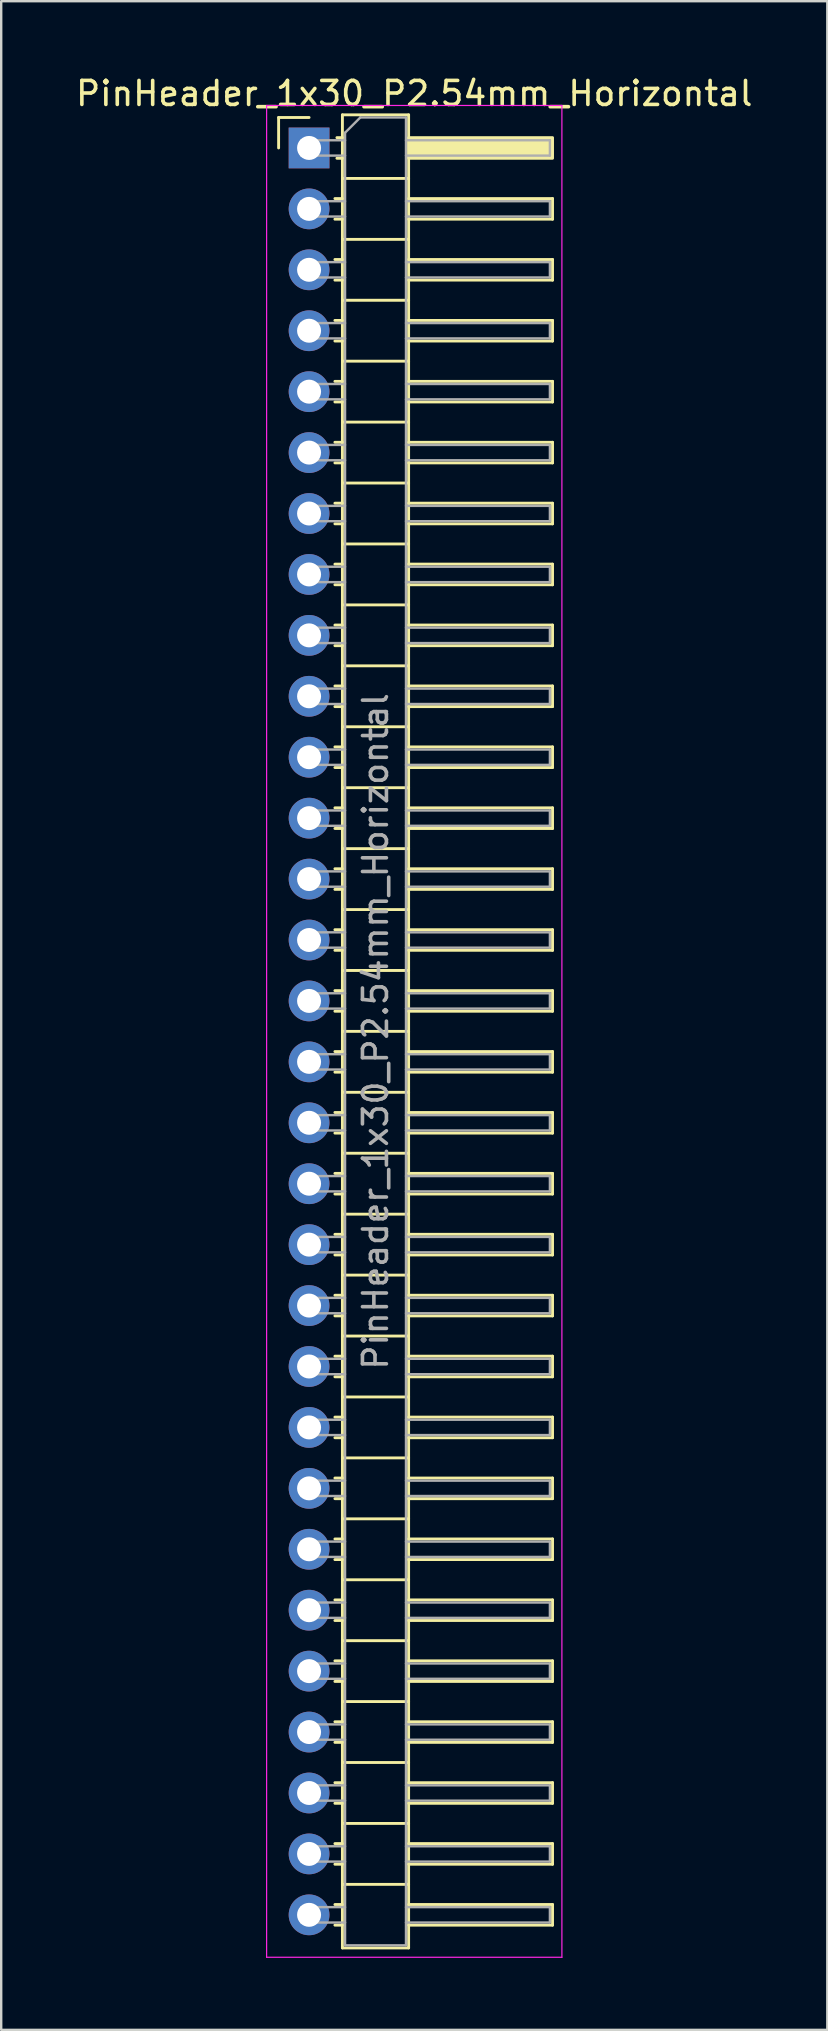
<source format=kicad_pcb>
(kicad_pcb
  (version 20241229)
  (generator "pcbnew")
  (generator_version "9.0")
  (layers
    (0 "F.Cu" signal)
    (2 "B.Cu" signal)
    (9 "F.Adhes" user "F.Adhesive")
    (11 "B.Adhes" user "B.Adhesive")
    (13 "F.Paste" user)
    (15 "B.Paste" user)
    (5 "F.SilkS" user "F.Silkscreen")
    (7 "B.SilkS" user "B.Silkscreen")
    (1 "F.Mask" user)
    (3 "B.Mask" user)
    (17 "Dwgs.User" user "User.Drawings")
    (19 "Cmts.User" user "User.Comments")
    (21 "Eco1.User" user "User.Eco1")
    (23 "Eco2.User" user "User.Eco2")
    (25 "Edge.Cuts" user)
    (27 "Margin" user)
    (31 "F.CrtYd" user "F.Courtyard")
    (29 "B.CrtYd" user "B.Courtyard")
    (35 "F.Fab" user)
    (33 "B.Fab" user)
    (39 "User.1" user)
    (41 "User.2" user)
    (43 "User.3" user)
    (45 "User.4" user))
  (footprint "PinHeader_1x30_P2.54mm_Horizontal"
    (layer "F.Cu")
    (at 9.835 3.118)
    (property "Reference" "PinHeader_1x30_P2.54mm_Horizontal" (at 4.385 -2.27 0) (layer "F.SilkS") (effects (font (size 1 1) (thickness 0.15))))
    (attr through_hole)
    (fp_line (start -1.27 -1.27) (end 0 -1.27) (stroke (width 0.12) (type solid)) (layer "F.SilkS"))
    (fp_line (start -1.27 0) (end -1.27 -1.27) (stroke (width 0.12) (type solid)) (layer "F.SilkS"))
    (fp_line (start 1.077 2.11) (end 1.39 2.11) (stroke (width 0.12) (type solid)) (layer "F.SilkS"))
    (fp_line (start 1.077 2.97) (end 1.39 2.97) (stroke (width 0.12) (type solid)) (layer "F.SilkS"))
    (fp_line (start 1.077 4.65) (end 1.39 4.65) (stroke (width 0.12) (type solid)) (layer "F.SilkS"))
    (fp_line (start 1.077 5.51) (end 1.39 5.51) (stroke (width 0.12) (type solid)) (layer "F.SilkS"))
    (fp_line (start 1.077 7.19) (end 1.39 7.19) (stroke (width 0.12) (type solid)) (layer "F.SilkS"))
    (fp_line (start 1.077 8.05) (end 1.39 8.05) (stroke (width 0.12) (type solid)) (layer "F.SilkS"))
    (fp_line (start 1.077 9.73) (end 1.39 9.73) (stroke (width 0.12) (type solid)) (layer "F.SilkS"))
    (fp_line (start 1.077 10.59) (end 1.39 10.59) (stroke (width 0.12) (type solid)) (layer "F.SilkS"))
    (fp_line (start 1.077 12.27) (end 1.39 12.27) (stroke (width 0.12) (type solid)) (layer "F.SilkS"))
    (fp_line (start 1.077 13.13) (end 1.39 13.13) (stroke (width 0.12) (type solid)) (layer "F.SilkS"))
    (fp_line (start 1.077 14.81) (end 1.39 14.81) (stroke (width 0.12) (type solid)) (layer "F.SilkS"))
    (fp_line (start 1.077 15.67) (end 1.39 15.67) (stroke (width 0.12) (type solid)) (layer "F.SilkS"))
    (fp_line (start 1.077 17.35) (end 1.39 17.35) (stroke (width 0.12) (type solid)) (layer "F.SilkS"))
    (fp_line (start 1.077 18.21) (end 1.39 18.21) (stroke (width 0.12) (type solid)) (layer "F.SilkS"))
    (fp_line (start 1.077 19.89) (end 1.39 19.89) (stroke (width 0.12) (type solid)) (layer "F.SilkS"))
    (fp_line (start 1.077 20.75) (end 1.39 20.75) (stroke (width 0.12) (type solid)) (layer "F.SilkS"))
    (fp_line (start 1.077 22.43) (end 1.39 22.43) (stroke (width 0.12) (type solid)) (layer "F.SilkS"))
    (fp_line (start 1.077 23.29) (end 1.39 23.29) (stroke (width 0.12) (type solid)) (layer "F.SilkS"))
    (fp_line (start 1.077 24.97) (end 1.39 24.97) (stroke (width 0.12) (type solid)) (layer "F.SilkS"))
    (fp_line (start 1.077 25.83) (end 1.39 25.83) (stroke (width 0.12) (type solid)) (layer "F.SilkS"))
    (fp_line (start 1.077 27.51) (end 1.39 27.51) (stroke (width 0.12) (type solid)) (layer "F.SilkS"))
    (fp_line (start 1.077 28.37) (end 1.39 28.37) (stroke (width 0.12) (type solid)) (layer "F.SilkS"))
    (fp_line (start 1.077 30.05) (end 1.39 30.05) (stroke (width 0.12) (type solid)) (layer "F.SilkS"))
    (fp_line (start 1.077 30.91) (end 1.39 30.91) (stroke (width 0.12) (type solid)) (layer "F.SilkS"))
    (fp_line (start 1.077 32.59) (end 1.39 32.59) (stroke (width 0.12) (type solid)) (layer "F.SilkS"))
    (fp_line (start 1.077 33.45) (end 1.39 33.45) (stroke (width 0.12) (type solid)) (layer "F.SilkS"))
    (fp_line (start 1.077 35.13) (end 1.39 35.13) (stroke (width 0.12) (type solid)) (layer "F.SilkS"))
    (fp_line (start 1.077 35.99) (end 1.39 35.99) (stroke (width 0.12) (type solid)) (layer "F.SilkS"))
    (fp_line (start 1.077 37.67) (end 1.39 37.67) (stroke (width 0.12) (type solid)) (layer "F.SilkS"))
    (fp_line (start 1.077 38.53) (end 1.39 38.53) (stroke (width 0.12) (type solid)) (layer "F.SilkS"))
    (fp_line (start 1.077 40.21) (end 1.39 40.21) (stroke (width 0.12) (type solid)) (layer "F.SilkS"))
    (fp_line (start 1.077 41.07) (end 1.39 41.07) (stroke (width 0.12) (type solid)) (layer "F.SilkS"))
    (fp_line (start 1.077 42.75) (end 1.39 42.75) (stroke (width 0.12) (type solid)) (layer "F.SilkS"))
    (fp_line (start 1.077 43.61) (end 1.39 43.61) (stroke (width 0.12) (type solid)) (layer "F.SilkS"))
    (fp_line (start 1.077 45.29) (end 1.39 45.29) (stroke (width 0.12) (type solid)) (layer "F.SilkS"))
    (fp_line (start 1.077 46.15) (end 1.39 46.15) (stroke (width 0.12) (type solid)) (layer "F.SilkS"))
    (fp_line (start 1.077 47.83) (end 1.39 47.83) (stroke (width 0.12) (type solid)) (layer "F.SilkS"))
    (fp_line (start 1.077 48.69) (end 1.39 48.69) (stroke (width 0.12) (type solid)) (layer "F.SilkS"))
    (fp_line (start 1.077 50.37) (end 1.39 50.37) (stroke (width 0.12) (type solid)) (layer "F.SilkS"))
    (fp_line (start 1.077 51.23) (end 1.39 51.23) (stroke (width 0.12) (type solid)) (layer "F.SilkS"))
    (fp_line (start 1.077 52.91) (end 1.39 52.91) (stroke (width 0.12) (type solid)) (layer "F.SilkS"))
    (fp_line (start 1.077 53.77) (end 1.39 53.77) (stroke (width 0.12) (type solid)) (layer "F.SilkS"))
    (fp_line (start 1.077 55.45) (end 1.39 55.45) (stroke (width 0.12) (type solid)) (layer "F.SilkS"))
    (fp_line (start 1.077 56.31) (end 1.39 56.31) (stroke (width 0.12) (type solid)) (layer "F.SilkS"))
    (fp_line (start 1.077 57.99) (end 1.39 57.99) (stroke (width 0.12) (type solid)) (layer "F.SilkS"))
    (fp_line (start 1.077 58.85) (end 1.39 58.85) (stroke (width 0.12) (type solid)) (layer "F.SilkS"))
    (fp_line (start 1.077 60.53) (end 1.39 60.53) (stroke (width 0.12) (type solid)) (layer "F.SilkS"))
    (fp_line (start 1.077 61.39) (end 1.39 61.39) (stroke (width 0.12) (type solid)) (layer "F.SilkS"))
    (fp_line (start 1.077 63.07) (end 1.39 63.07) (stroke (width 0.12) (type solid)) (layer "F.SilkS"))
    (fp_line (start 1.077 63.93) (end 1.39 63.93) (stroke (width 0.12) (type solid)) (layer "F.SilkS"))
    (fp_line (start 1.077 65.61) (end 1.39 65.61) (stroke (width 0.12) (type solid)) (layer "F.SilkS"))
    (fp_line (start 1.077 66.47) (end 1.39 66.47) (stroke (width 0.12) (type solid)) (layer "F.SilkS"))
    (fp_line (start 1.077 68.15) (end 1.39 68.15) (stroke (width 0.12) (type solid)) (layer "F.SilkS"))
    (fp_line (start 1.077 69.01) (end 1.39 69.01) (stroke (width 0.12) (type solid)) (layer "F.SilkS"))
    (fp_line (start 1.077 70.69) (end 1.39 70.69) (stroke (width 0.12) (type solid)) (layer "F.SilkS"))
    (fp_line (start 1.077 71.55) (end 1.39 71.55) (stroke (width 0.12) (type solid)) (layer "F.SilkS"))
    (fp_line (start 1.077 73.23) (end 1.39 73.23) (stroke (width 0.12) (type solid)) (layer "F.SilkS"))
    (fp_line (start 1.077 74.09) (end 1.39 74.09) (stroke (width 0.12) (type solid)) (layer "F.SilkS"))
    (fp_line (start 1.16 -0.43) (end 1.39 -0.43) (stroke (width 0.12) (type solid)) (layer "F.SilkS"))
    (fp_line (start 1.16 0.43) (end 1.39 0.43) (stroke (width 0.12) (type solid)) (layer "F.SilkS"))
    (fp_line (start 1.39 -1.38) (end 1.39 75.04) (stroke (width 0.12) (type solid)) (layer "F.SilkS"))
    (fp_line (start 1.39 1.27) (end 4.15 1.27) (stroke (width 0.12) (type solid)) (layer "F.SilkS"))
    (fp_line (start 1.39 3.81) (end 4.15 3.81) (stroke (width 0.12) (type solid)) (layer "F.SilkS"))
    (fp_line (start 1.39 6.35) (end 4.15 6.35) (stroke (width 0.12) (type solid)) (layer "F.SilkS"))
    (fp_line (start 1.39 8.89) (end 4.15 8.89) (stroke (width 0.12) (type solid)) (layer "F.SilkS"))
    (fp_line (start 1.39 11.43) (end 4.15 11.43) (stroke (width 0.12) (type solid)) (layer "F.SilkS"))
    (fp_line (start 1.39 13.97) (end 4.15 13.97) (stroke (width 0.12) (type solid)) (layer "F.SilkS"))
    (fp_line (start 1.39 16.51) (end 4.15 16.51) (stroke (width 0.12) (type solid)) (layer "F.SilkS"))
    (fp_line (start 1.39 19.05) (end 4.15 19.05) (stroke (width 0.12) (type solid)) (layer "F.SilkS"))
    (fp_line (start 1.39 21.59) (end 4.15 21.59) (stroke (width 0.12) (type solid)) (layer "F.SilkS"))
    (fp_line (start 1.39 24.13) (end 4.15 24.13) (stroke (width 0.12) (type solid)) (layer "F.SilkS"))
    (fp_line (start 1.39 26.67) (end 4.15 26.67) (stroke (width 0.12) (type solid)) (layer "F.SilkS"))
    (fp_line (start 1.39 29.21) (end 4.15 29.21) (stroke (width 0.12) (type solid)) (layer "F.SilkS"))
    (fp_line (start 1.39 31.75) (end 4.15 31.75) (stroke (width 0.12) (type solid)) (layer "F.SilkS"))
    (fp_line (start 1.39 34.29) (end 4.15 34.29) (stroke (width 0.12) (type solid)) (layer "F.SilkS"))
    (fp_line (start 1.39 36.83) (end 4.15 36.83) (stroke (width 0.12) (type solid)) (layer "F.SilkS"))
    (fp_line (start 1.39 39.37) (end 4.15 39.37) (stroke (width 0.12) (type solid)) (layer "F.SilkS"))
    (fp_line (start 1.39 41.91) (end 4.15 41.91) (stroke (width 0.12) (type solid)) (layer "F.SilkS"))
    (fp_line (start 1.39 44.45) (end 4.15 44.45) (stroke (width 0.12) (type solid)) (layer "F.SilkS"))
    (fp_line (start 1.39 46.99) (end 4.15 46.99) (stroke (width 0.12) (type solid)) (layer "F.SilkS"))
    (fp_line (start 1.39 49.53) (end 4.15 49.53) (stroke (width 0.12) (type solid)) (layer "F.SilkS"))
    (fp_line (start 1.39 52.07) (end 4.15 52.07) (stroke (width 0.12) (type solid)) (layer "F.SilkS"))
    (fp_line (start 1.39 54.61) (end 4.15 54.61) (stroke (width 0.12) (type solid)) (layer "F.SilkS"))
    (fp_line (start 1.39 57.15) (end 4.15 57.15) (stroke (width 0.12) (type solid)) (layer "F.SilkS"))
    (fp_line (start 1.39 59.69) (end 4.15 59.69) (stroke (width 0.12) (type solid)) (layer "F.SilkS"))
    (fp_line (start 1.39 62.23) (end 4.15 62.23) (stroke (width 0.12) (type solid)) (layer "F.SilkS"))
    (fp_line (start 1.39 64.77) (end 4.15 64.77) (stroke (width 0.12) (type solid)) (layer "F.SilkS"))
    (fp_line (start 1.39 67.31) (end 4.15 67.31) (stroke (width 0.12) (type solid)) (layer "F.SilkS"))
    (fp_line (start 1.39 69.85) (end 4.15 69.85) (stroke (width 0.12) (type solid)) (layer "F.SilkS"))
    (fp_line (start 1.39 72.39) (end 4.15 72.39) (stroke (width 0.12) (type solid)) (layer "F.SilkS"))
    (fp_line (start 1.39 75.04) (end 4.15 75.04) (stroke (width 0.12) (type solid)) (layer "F.SilkS"))
    (fp_line (start 4.15 -1.38) (end 1.39 -1.38) (stroke (width 0.12) (type solid)) (layer "F.SilkS"))
    (fp_line (start 4.15 2.11) (end 10.15 2.11) (stroke (width 0.12) (type solid)) (layer "F.SilkS"))
    (fp_line (start 4.15 4.65) (end 10.15 4.65) (stroke (width 0.12) (type solid)) (layer "F.SilkS"))
    (fp_line (start 4.15 7.19) (end 10.15 7.19) (stroke (width 0.12) (type solid)) (layer "F.SilkS"))
    (fp_line (start 4.15 9.73) (end 10.15 9.73) (stroke (width 0.12) (type solid)) (layer "F.SilkS"))
    (fp_line (start 4.15 12.27) (end 10.15 12.27) (stroke (width 0.12) (type solid)) (layer "F.SilkS"))
    (fp_line (start 4.15 14.81) (end 10.15 14.81) (stroke (width 0.12) (type solid)) (layer "F.SilkS"))
    (fp_line (start 4.15 17.35) (end 10.15 17.35) (stroke (width 0.12) (type solid)) (layer "F.SilkS"))
    (fp_line (start 4.15 19.89) (end 10.15 19.89) (stroke (width 0.12) (type solid)) (layer "F.SilkS"))
    (fp_line (start 4.15 22.43) (end 10.15 22.43) (stroke (width 0.12) (type solid)) (layer "F.SilkS"))
    (fp_line (start 4.15 24.97) (end 10.15 24.97) (stroke (width 0.12) (type solid)) (layer "F.SilkS"))
    (fp_line (start 4.15 27.51) (end 10.15 27.51) (stroke (width 0.12) (type solid)) (layer "F.SilkS"))
    (fp_line (start 4.15 30.05) (end 10.15 30.05) (stroke (width 0.12) (type solid)) (layer "F.SilkS"))
    (fp_line (start 4.15 32.59) (end 10.15 32.59) (stroke (width 0.12) (type solid)) (layer "F.SilkS"))
    (fp_line (start 4.15 35.13) (end 10.15 35.13) (stroke (width 0.12) (type solid)) (layer "F.SilkS"))
    (fp_line (start 4.15 37.67) (end 10.15 37.67) (stroke (width 0.12) (type solid)) (layer "F.SilkS"))
    (fp_line (start 4.15 40.21) (end 10.15 40.21) (stroke (width 0.12) (type solid)) (layer "F.SilkS"))
    (fp_line (start 4.15 42.75) (end 10.15 42.75) (stroke (width 0.12) (type solid)) (layer "F.SilkS"))
    (fp_line (start 4.15 45.29) (end 10.15 45.29) (stroke (width 0.12) (type solid)) (layer "F.SilkS"))
    (fp_line (start 4.15 47.83) (end 10.15 47.83) (stroke (width 0.12) (type solid)) (layer "F.SilkS"))
    (fp_line (start 4.15 50.37) (end 10.15 50.37) (stroke (width 0.12) (type solid)) (layer "F.SilkS"))
    (fp_line (start 4.15 52.91) (end 10.15 52.91) (stroke (width 0.12) (type solid)) (layer "F.SilkS"))
    (fp_line (start 4.15 55.45) (end 10.15 55.45) (stroke (width 0.12) (type solid)) (layer "F.SilkS"))
    (fp_line (start 4.15 57.99) (end 10.15 57.99) (stroke (width 0.12) (type solid)) (layer "F.SilkS"))
    (fp_line (start 4.15 60.53) (end 10.15 60.53) (stroke (width 0.12) (type solid)) (layer "F.SilkS"))
    (fp_line (start 4.15 63.07) (end 10.15 63.07) (stroke (width 0.12) (type solid)) (layer "F.SilkS"))
    (fp_line (start 4.15 65.61) (end 10.15 65.61) (stroke (width 0.12) (type solid)) (layer "F.SilkS"))
    (fp_line (start 4.15 68.15) (end 10.15 68.15) (stroke (width 0.12) (type solid)) (layer "F.SilkS"))
    (fp_line (start 4.15 70.69) (end 10.15 70.69) (stroke (width 0.12) (type solid)) (layer "F.SilkS"))
    (fp_line (start 4.15 73.23) (end 10.15 73.23) (stroke (width 0.12) (type solid)) (layer "F.SilkS"))
    (fp_line (start 4.15 75.04) (end 4.15 -1.38) (stroke (width 0.12) (type solid)) (layer "F.SilkS"))
    (fp_line (start 10.15 2.11) (end 10.15 2.97) (stroke (width 0.12) (type solid)) (layer "F.SilkS"))
    (fp_line (start 10.15 2.97) (end 4.15 2.97) (stroke (width 0.12) (type solid)) (layer "F.SilkS"))
    (fp_line (start 10.15 4.65) (end 10.15 5.51) (stroke (width 0.12) (type solid)) (layer "F.SilkS"))
    (fp_line (start 10.15 5.51) (end 4.15 5.51) (stroke (width 0.12) (type solid)) (layer "F.SilkS"))
    (fp_line (start 10.15 7.19) (end 10.15 8.05) (stroke (width 0.12) (type solid)) (layer "F.SilkS"))
    (fp_line (start 10.15 8.05) (end 4.15 8.05) (stroke (width 0.12) (type solid)) (layer "F.SilkS"))
    (fp_line (start 10.15 9.73) (end 10.15 10.59) (stroke (width 0.12) (type solid)) (layer "F.SilkS"))
    (fp_line (start 10.15 10.59) (end 4.15 10.59) (stroke (width 0.12) (type solid)) (layer "F.SilkS"))
    (fp_line (start 10.15 12.27) (end 10.15 13.13) (stroke (width 0.12) (type solid)) (layer "F.SilkS"))
    (fp_line (start 10.15 13.13) (end 4.15 13.13) (stroke (width 0.12) (type solid)) (layer "F.SilkS"))
    (fp_line (start 10.15 14.81) (end 10.15 15.67) (stroke (width 0.12) (type solid)) (layer "F.SilkS"))
    (fp_line (start 10.15 15.67) (end 4.15 15.67) (stroke (width 0.12) (type solid)) (layer "F.SilkS"))
    (fp_line (start 10.15 17.35) (end 10.15 18.21) (stroke (width 0.12) (type solid)) (layer "F.SilkS"))
    (fp_line (start 10.15 18.21) (end 4.15 18.21) (stroke (width 0.12) (type solid)) (layer "F.SilkS"))
    (fp_line (start 10.15 19.89) (end 10.15 20.75) (stroke (width 0.12) (type solid)) (layer "F.SilkS"))
    (fp_line (start 10.15 20.75) (end 4.15 20.75) (stroke (width 0.12) (type solid)) (layer "F.SilkS"))
    (fp_line (start 10.15 22.43) (end 10.15 23.29) (stroke (width 0.12) (type solid)) (layer "F.SilkS"))
    (fp_line (start 10.15 23.29) (end 4.15 23.29) (stroke (width 0.12) (type solid)) (layer "F.SilkS"))
    (fp_line (start 10.15 24.97) (end 10.15 25.83) (stroke (width 0.12) (type solid)) (layer "F.SilkS"))
    (fp_line (start 10.15 25.83) (end 4.15 25.83) (stroke (width 0.12) (type solid)) (layer "F.SilkS"))
    (fp_line (start 10.15 27.51) (end 10.15 28.37) (stroke (width 0.12) (type solid)) (layer "F.SilkS"))
    (fp_line (start 10.15 28.37) (end 4.15 28.37) (stroke (width 0.12) (type solid)) (layer "F.SilkS"))
    (fp_line (start 10.15 30.05) (end 10.15 30.91) (stroke (width 0.12) (type solid)) (layer "F.SilkS"))
    (fp_line (start 10.15 30.91) (end 4.15 30.91) (stroke (width 0.12) (type solid)) (layer "F.SilkS"))
    (fp_line (start 10.15 32.59) (end 10.15 33.45) (stroke (width 0.12) (type solid)) (layer "F.SilkS"))
    (fp_line (start 10.15 33.45) (end 4.15 33.45) (stroke (width 0.12) (type solid)) (layer "F.SilkS"))
    (fp_line (start 10.15 35.13) (end 10.15 35.99) (stroke (width 0.12) (type solid)) (layer "F.SilkS"))
    (fp_line (start 10.15 35.99) (end 4.15 35.99) (stroke (width 0.12) (type solid)) (layer "F.SilkS"))
    (fp_line (start 10.15 37.67) (end 10.15 38.53) (stroke (width 0.12) (type solid)) (layer "F.SilkS"))
    (fp_line (start 10.15 38.53) (end 4.15 38.53) (stroke (width 0.12) (type solid)) (layer "F.SilkS"))
    (fp_line (start 10.15 40.21) (end 10.15 41.07) (stroke (width 0.12) (type solid)) (layer "F.SilkS"))
    (fp_line (start 10.15 41.07) (end 4.15 41.07) (stroke (width 0.12) (type solid)) (layer "F.SilkS"))
    (fp_line (start 10.15 42.75) (end 10.15 43.61) (stroke (width 0.12) (type solid)) (layer "F.SilkS"))
    (fp_line (start 10.15 43.61) (end 4.15 43.61) (stroke (width 0.12) (type solid)) (layer "F.SilkS"))
    (fp_line (start 10.15 45.29) (end 10.15 46.15) (stroke (width 0.12) (type solid)) (layer "F.SilkS"))
    (fp_line (start 10.15 46.15) (end 4.15 46.15) (stroke (width 0.12) (type solid)) (layer "F.SilkS"))
    (fp_line (start 10.15 47.83) (end 10.15 48.69) (stroke (width 0.12) (type solid)) (layer "F.SilkS"))
    (fp_line (start 10.15 48.69) (end 4.15 48.69) (stroke (width 0.12) (type solid)) (layer "F.SilkS"))
    (fp_line (start 10.15 50.37) (end 10.15 51.23) (stroke (width 0.12) (type solid)) (layer "F.SilkS"))
    (fp_line (start 10.15 51.23) (end 4.15 51.23) (stroke (width 0.12) (type solid)) (layer "F.SilkS"))
    (fp_line (start 10.15 52.91) (end 10.15 53.77) (stroke (width 0.12) (type solid)) (layer "F.SilkS"))
    (fp_line (start 10.15 53.77) (end 4.15 53.77) (stroke (width 0.12) (type solid)) (layer "F.SilkS"))
    (fp_line (start 10.15 55.45) (end 10.15 56.31) (stroke (width 0.12) (type solid)) (layer "F.SilkS"))
    (fp_line (start 10.15 56.31) (end 4.15 56.31) (stroke (width 0.12) (type solid)) (layer "F.SilkS"))
    (fp_line (start 10.15 57.99) (end 10.15 58.85) (stroke (width 0.12) (type solid)) (layer "F.SilkS"))
    (fp_line (start 10.15 58.85) (end 4.15 58.85) (stroke (width 0.12) (type solid)) (layer "F.SilkS"))
    (fp_line (start 10.15 60.53) (end 10.15 61.39) (stroke (width 0.12) (type solid)) (layer "F.SilkS"))
    (fp_line (start 10.15 61.39) (end 4.15 61.39) (stroke (width 0.12) (type solid)) (layer "F.SilkS"))
    (fp_line (start 10.15 63.07) (end 10.15 63.93) (stroke (width 0.12) (type solid)) (layer "F.SilkS"))
    (fp_line (start 10.15 63.93) (end 4.15 63.93) (stroke (width 0.12) (type solid)) (layer "F.SilkS"))
    (fp_line (start 10.15 65.61) (end 10.15 66.47) (stroke (width 0.12) (type solid)) (layer "F.SilkS"))
    (fp_line (start 10.15 66.47) (end 4.15 66.47) (stroke (width 0.12) (type solid)) (layer "F.SilkS"))
    (fp_line (start 10.15 68.15) (end 10.15 69.01) (stroke (width 0.12) (type solid)) (layer "F.SilkS"))
    (fp_line (start 10.15 69.01) (end 4.15 69.01) (stroke (width 0.12) (type solid)) (layer "F.SilkS"))
    (fp_line (start 10.15 70.69) (end 10.15 71.55) (stroke (width 0.12) (type solid)) (layer "F.SilkS"))
    (fp_line (start 10.15 71.55) (end 4.15 71.55) (stroke (width 0.12) (type solid)) (layer "F.SilkS"))
    (fp_line (start 10.15 73.23) (end 10.15 74.09) (stroke (width 0.12) (type solid)) (layer "F.SilkS"))
    (fp_line (start 10.15 74.09) (end 4.15 74.09) (stroke (width 0.12) (type solid)) (layer "F.SilkS"))
    (fp_rect (start 4.15 -0.43) (end 10.15 0.43) (stroke (width 0.12) (type solid)) (fill yes) (layer "F.SilkS"))
    (fp_line (start -1.77 -1.77) (end -1.77 75.43) (stroke (width 0.05) (type solid)) (layer "F.CrtYd"))
    (fp_line (start -1.77 75.43) (end 10.54 75.43) (stroke (width 0.05) (type solid)) (layer "F.CrtYd"))
    (fp_line (start 10.54 -1.77) (end -1.77 -1.77) (stroke (width 0.05) (type solid)) (layer "F.CrtYd"))
    (fp_line (start 10.54 75.43) (end 10.54 -1.77) (stroke (width 0.05) (type solid)) (layer "F.CrtYd"))
    (fp_line (start -0.32 -0.32) (end -0.32 0.32) (stroke (width 0.1) (type solid)) (layer "F.Fab"))
    (fp_line (start -0.32 -0.32) (end 1.5 -0.32) (stroke (width 0.1) (type solid)) (layer "F.Fab"))
    (fp_line (start -0.32 0.32) (end 1.5 0.32) (stroke (width 0.1) (type solid)) (layer "F.Fab"))
    (fp_line (start -0.32 2.22) (end -0.32 2.86) (stroke (width 0.1) (type solid)) (layer "F.Fab"))
    (fp_line (start -0.32 2.22) (end 1.5 2.22) (stroke (width 0.1) (type solid)) (layer "F.Fab"))
    (fp_line (start -0.32 2.86) (end 1.5 2.86) (stroke (width 0.1) (type solid)) (layer "F.Fab"))
    (fp_line (start -0.32 4.76) (end -0.32 5.4) (stroke (width 0.1) (type solid)) (layer "F.Fab"))
    (fp_line (start -0.32 4.76) (end 1.5 4.76) (stroke (width 0.1) (type solid)) (layer "F.Fab"))
    (fp_line (start -0.32 5.4) (end 1.5 5.4) (stroke (width 0.1) (type solid)) (layer "F.Fab"))
    (fp_line (start -0.32 7.3) (end -0.32 7.94) (stroke (width 0.1) (type solid)) (layer "F.Fab"))
    (fp_line (start -0.32 7.3) (end 1.5 7.3) (stroke (width 0.1) (type solid)) (layer "F.Fab"))
    (fp_line (start -0.32 7.94) (end 1.5 7.94) (stroke (width 0.1) (type solid)) (layer "F.Fab"))
    (fp_line (start -0.32 9.84) (end -0.32 10.48) (stroke (width 0.1) (type solid)) (layer "F.Fab"))
    (fp_line (start -0.32 9.84) (end 1.5 9.84) (stroke (width 0.1) (type solid)) (layer "F.Fab"))
    (fp_line (start -0.32 10.48) (end 1.5 10.48) (stroke (width 0.1) (type solid)) (layer "F.Fab"))
    (fp_line (start -0.32 12.38) (end -0.32 13.02) (stroke (width 0.1) (type solid)) (layer "F.Fab"))
    (fp_line (start -0.32 12.38) (end 1.5 12.38) (stroke (width 0.1) (type solid)) (layer "F.Fab"))
    (fp_line (start -0.32 13.02) (end 1.5 13.02) (stroke (width 0.1) (type solid)) (layer "F.Fab"))
    (fp_line (start -0.32 14.92) (end -0.32 15.56) (stroke (width 0.1) (type solid)) (layer "F.Fab"))
    (fp_line (start -0.32 14.92) (end 1.5 14.92) (stroke (width 0.1) (type solid)) (layer "F.Fab"))
    (fp_line (start -0.32 15.56) (end 1.5 15.56) (stroke (width 0.1) (type solid)) (layer "F.Fab"))
    (fp_line (start -0.32 17.46) (end -0.32 18.1) (stroke (width 0.1) (type solid)) (layer "F.Fab"))
    (fp_line (start -0.32 17.46) (end 1.5 17.46) (stroke (width 0.1) (type solid)) (layer "F.Fab"))
    (fp_line (start -0.32 18.1) (end 1.5 18.1) (stroke (width 0.1) (type solid)) (layer "F.Fab"))
    (fp_line (start -0.32 20) (end -0.32 20.64) (stroke (width 0.1) (type solid)) (layer "F.Fab"))
    (fp_line (start -0.32 20) (end 1.5 20) (stroke (width 0.1) (type solid)) (layer "F.Fab"))
    (fp_line (start -0.32 20.64) (end 1.5 20.64) (stroke (width 0.1) (type solid)) (layer "F.Fab"))
    (fp_line (start -0.32 22.54) (end -0.32 23.18) (stroke (width 0.1) (type solid)) (layer "F.Fab"))
    (fp_line (start -0.32 22.54) (end 1.5 22.54) (stroke (width 0.1) (type solid)) (layer "F.Fab"))
    (fp_line (start -0.32 23.18) (end 1.5 23.18) (stroke (width 0.1) (type solid)) (layer "F.Fab"))
    (fp_line (start -0.32 25.08) (end -0.32 25.72) (stroke (width 0.1) (type solid)) (layer "F.Fab"))
    (fp_line (start -0.32 25.08) (end 1.5 25.08) (stroke (width 0.1) (type solid)) (layer "F.Fab"))
    (fp_line (start -0.32 25.72) (end 1.5 25.72) (stroke (width 0.1) (type solid)) (layer "F.Fab"))
    (fp_line (start -0.32 27.62) (end -0.32 28.26) (stroke (width 0.1) (type solid)) (layer "F.Fab"))
    (fp_line (start -0.32 27.62) (end 1.5 27.62) (stroke (width 0.1) (type solid)) (layer "F.Fab"))
    (fp_line (start -0.32 28.26) (end 1.5 28.26) (stroke (width 0.1) (type solid)) (layer "F.Fab"))
    (fp_line (start -0.32 30.16) (end -0.32 30.8) (stroke (width 0.1) (type solid)) (layer "F.Fab"))
    (fp_line (start -0.32 30.16) (end 1.5 30.16) (stroke (width 0.1) (type solid)) (layer "F.Fab"))
    (fp_line (start -0.32 30.8) (end 1.5 30.8) (stroke (width 0.1) (type solid)) (layer "F.Fab"))
    (fp_line (start -0.32 32.7) (end -0.32 33.34) (stroke (width 0.1) (type solid)) (layer "F.Fab"))
    (fp_line (start -0.32 32.7) (end 1.5 32.7) (stroke (width 0.1) (type solid)) (layer "F.Fab"))
    (fp_line (start -0.32 33.34) (end 1.5 33.34) (stroke (width 0.1) (type solid)) (layer "F.Fab"))
    (fp_line (start -0.32 35.24) (end -0.32 35.88) (stroke (width 0.1) (type solid)) (layer "F.Fab"))
    (fp_line (start -0.32 35.24) (end 1.5 35.24) (stroke (width 0.1) (type solid)) (layer "F.Fab"))
    (fp_line (start -0.32 35.88) (end 1.5 35.88) (stroke (width 0.1) (type solid)) (layer "F.Fab"))
    (fp_line (start -0.32 37.78) (end -0.32 38.42) (stroke (width 0.1) (type solid)) (layer "F.Fab"))
    (fp_line (start -0.32 37.78) (end 1.5 37.78) (stroke (width 0.1) (type solid)) (layer "F.Fab"))
    (fp_line (start -0.32 38.42) (end 1.5 38.42) (stroke (width 0.1) (type solid)) (layer "F.Fab"))
    (fp_line (start -0.32 40.32) (end -0.32 40.96) (stroke (width 0.1) (type solid)) (layer "F.Fab"))
    (fp_line (start -0.32 40.32) (end 1.5 40.32) (stroke (width 0.1) (type solid)) (layer "F.Fab"))
    (fp_line (start -0.32 40.96) (end 1.5 40.96) (stroke (width 0.1) (type solid)) (layer "F.Fab"))
    (fp_line (start -0.32 42.86) (end -0.32 43.5) (stroke (width 0.1) (type solid)) (layer "F.Fab"))
    (fp_line (start -0.32 42.86) (end 1.5 42.86) (stroke (width 0.1) (type solid)) (layer "F.Fab"))
    (fp_line (start -0.32 43.5) (end 1.5 43.5) (stroke (width 0.1) (type solid)) (layer "F.Fab"))
    (fp_line (start -0.32 45.4) (end -0.32 46.04) (stroke (width 0.1) (type solid)) (layer "F.Fab"))
    (fp_line (start -0.32 45.4) (end 1.5 45.4) (stroke (width 0.1) (type solid)) (layer "F.Fab"))
    (fp_line (start -0.32 46.04) (end 1.5 46.04) (stroke (width 0.1) (type solid)) (layer "F.Fab"))
    (fp_line (start -0.32 47.94) (end -0.32 48.58) (stroke (width 0.1) (type solid)) (layer "F.Fab"))
    (fp_line (start -0.32 47.94) (end 1.5 47.94) (stroke (width 0.1) (type solid)) (layer "F.Fab"))
    (fp_line (start -0.32 48.58) (end 1.5 48.58) (stroke (width 0.1) (type solid)) (layer "F.Fab"))
    (fp_line (start -0.32 50.48) (end -0.32 51.12) (stroke (width 0.1) (type solid)) (layer "F.Fab"))
    (fp_line (start -0.32 50.48) (end 1.5 50.48) (stroke (width 0.1) (type solid)) (layer "F.Fab"))
    (fp_line (start -0.32 51.12) (end 1.5 51.12) (stroke (width 0.1) (type solid)) (layer "F.Fab"))
    (fp_line (start -0.32 53.02) (end -0.32 53.66) (stroke (width 0.1) (type solid)) (layer "F.Fab"))
    (fp_line (start -0.32 53.02) (end 1.5 53.02) (stroke (width 0.1) (type solid)) (layer "F.Fab"))
    (fp_line (start -0.32 53.66) (end 1.5 53.66) (stroke (width 0.1) (type solid)) (layer "F.Fab"))
    (fp_line (start -0.32 55.56) (end -0.32 56.2) (stroke (width 0.1) (type solid)) (layer "F.Fab"))
    (fp_line (start -0.32 55.56) (end 1.5 55.56) (stroke (width 0.1) (type solid)) (layer "F.Fab"))
    (fp_line (start -0.32 56.2) (end 1.5 56.2) (stroke (width 0.1) (type solid)) (layer "F.Fab"))
    (fp_line (start -0.32 58.1) (end -0.32 58.74) (stroke (width 0.1) (type solid)) (layer "F.Fab"))
    (fp_line (start -0.32 58.1) (end 1.5 58.1) (stroke (width 0.1) (type solid)) (layer "F.Fab"))
    (fp_line (start -0.32 58.74) (end 1.5 58.74) (stroke (width 0.1) (type solid)) (layer "F.Fab"))
    (fp_line (start -0.32 60.64) (end -0.32 61.28) (stroke (width 0.1) (type solid)) (layer "F.Fab"))
    (fp_line (start -0.32 60.64) (end 1.5 60.64) (stroke (width 0.1) (type solid)) (layer "F.Fab"))
    (fp_line (start -0.32 61.28) (end 1.5 61.28) (stroke (width 0.1) (type solid)) (layer "F.Fab"))
    (fp_line (start -0.32 63.18) (end -0.32 63.82) (stroke (width 0.1) (type solid)) (layer "F.Fab"))
    (fp_line (start -0.32 63.18) (end 1.5 63.18) (stroke (width 0.1) (type solid)) (layer "F.Fab"))
    (fp_line (start -0.32 63.82) (end 1.5 63.82) (stroke (width 0.1) (type solid)) (layer "F.Fab"))
    (fp_line (start -0.32 65.72) (end -0.32 66.36) (stroke (width 0.1) (type solid)) (layer "F.Fab"))
    (fp_line (start -0.32 65.72) (end 1.5 65.72) (stroke (width 0.1) (type solid)) (layer "F.Fab"))
    (fp_line (start -0.32 66.36) (end 1.5 66.36) (stroke (width 0.1) (type solid)) (layer "F.Fab"))
    (fp_line (start -0.32 68.26) (end -0.32 68.9) (stroke (width 0.1) (type solid)) (layer "F.Fab"))
    (fp_line (start -0.32 68.26) (end 1.5 68.26) (stroke (width 0.1) (type solid)) (layer "F.Fab"))
    (fp_line (start -0.32 68.9) (end 1.5 68.9) (stroke (width 0.1) (type solid)) (layer "F.Fab"))
    (fp_line (start -0.32 70.8) (end -0.32 71.44) (stroke (width 0.1) (type solid)) (layer "F.Fab"))
    (fp_line (start -0.32 70.8) (end 1.5 70.8) (stroke (width 0.1) (type solid)) (layer "F.Fab"))
    (fp_line (start -0.32 71.44) (end 1.5 71.44) (stroke (width 0.1) (type solid)) (layer "F.Fab"))
    (fp_line (start -0.32 73.34) (end -0.32 73.98) (stroke (width 0.1) (type solid)) (layer "F.Fab"))
    (fp_line (start -0.32 73.34) (end 1.5 73.34) (stroke (width 0.1) (type solid)) (layer "F.Fab"))
    (fp_line (start -0.32 73.98) (end 1.5 73.98) (stroke (width 0.1) (type solid)) (layer "F.Fab"))
    (fp_line (start 1.5 -0.635) (end 2.135 -1.27) (stroke (width 0.1) (type solid)) (layer "F.Fab"))
    (fp_line (start 1.5 74.93) (end 1.5 -0.635) (stroke (width 0.1) (type solid)) (layer "F.Fab"))
    (fp_line (start 2.135 -1.27) (end 4.04 -1.27) (stroke (width 0.1) (type solid)) (layer "F.Fab"))
    (fp_line (start 4.04 -1.27) (end 4.04 74.93) (stroke (width 0.1) (type solid)) (layer "F.Fab"))
    (fp_line (start 4.04 -0.32) (end 10.04 -0.32) (stroke (width 0.1) (type solid)) (layer "F.Fab"))
    (fp_line (start 4.04 0.32) (end 10.04 0.32) (stroke (width 0.1) (type solid)) (layer "F.Fab"))
    (fp_line (start 4.04 2.22) (end 10.04 2.22) (stroke (width 0.1) (type solid)) (layer "F.Fab"))
    (fp_line (start 4.04 2.86) (end 10.04 2.86) (stroke (width 0.1) (type solid)) (layer "F.Fab"))
    (fp_line (start 4.04 4.76) (end 10.04 4.76) (stroke (width 0.1) (type solid)) (layer "F.Fab"))
    (fp_line (start 4.04 5.4) (end 10.04 5.4) (stroke (width 0.1) (type solid)) (layer "F.Fab"))
    (fp_line (start 4.04 7.3) (end 10.04 7.3) (stroke (width 0.1) (type solid)) (layer "F.Fab"))
    (fp_line (start 4.04 7.94) (end 10.04 7.94) (stroke (width 0.1) (type solid)) (layer "F.Fab"))
    (fp_line (start 4.04 9.84) (end 10.04 9.84) (stroke (width 0.1) (type solid)) (layer "F.Fab"))
    (fp_line (start 4.04 10.48) (end 10.04 10.48) (stroke (width 0.1) (type solid)) (layer "F.Fab"))
    (fp_line (start 4.04 12.38) (end 10.04 12.38) (stroke (width 0.1) (type solid)) (layer "F.Fab"))
    (fp_line (start 4.04 13.02) (end 10.04 13.02) (stroke (width 0.1) (type solid)) (layer "F.Fab"))
    (fp_line (start 4.04 14.92) (end 10.04 14.92) (stroke (width 0.1) (type solid)) (layer "F.Fab"))
    (fp_line (start 4.04 15.56) (end 10.04 15.56) (stroke (width 0.1) (type solid)) (layer "F.Fab"))
    (fp_line (start 4.04 17.46) (end 10.04 17.46) (stroke (width 0.1) (type solid)) (layer "F.Fab"))
    (fp_line (start 4.04 18.1) (end 10.04 18.1) (stroke (width 0.1) (type solid)) (layer "F.Fab"))
    (fp_line (start 4.04 20) (end 10.04 20) (stroke (width 0.1) (type solid)) (layer "F.Fab"))
    (fp_line (start 4.04 20.64) (end 10.04 20.64) (stroke (width 0.1) (type solid)) (layer "F.Fab"))
    (fp_line (start 4.04 22.54) (end 10.04 22.54) (stroke (width 0.1) (type solid)) (layer "F.Fab"))
    (fp_line (start 4.04 23.18) (end 10.04 23.18) (stroke (width 0.1) (type solid)) (layer "F.Fab"))
    (fp_line (start 4.04 25.08) (end 10.04 25.08) (stroke (width 0.1) (type solid)) (layer "F.Fab"))
    (fp_line (start 4.04 25.72) (end 10.04 25.72) (stroke (width 0.1) (type solid)) (layer "F.Fab"))
    (fp_line (start 4.04 27.62) (end 10.04 27.62) (stroke (width 0.1) (type solid)) (layer "F.Fab"))
    (fp_line (start 4.04 28.26) (end 10.04 28.26) (stroke (width 0.1) (type solid)) (layer "F.Fab"))
    (fp_line (start 4.04 30.16) (end 10.04 30.16) (stroke (width 0.1) (type solid)) (layer "F.Fab"))
    (fp_line (start 4.04 30.8) (end 10.04 30.8) (stroke (width 0.1) (type solid)) (layer "F.Fab"))
    (fp_line (start 4.04 32.7) (end 10.04 32.7) (stroke (width 0.1) (type solid)) (layer "F.Fab"))
    (fp_line (start 4.04 33.34) (end 10.04 33.34) (stroke (width 0.1) (type solid)) (layer "F.Fab"))
    (fp_line (start 4.04 35.24) (end 10.04 35.24) (stroke (width 0.1) (type solid)) (layer "F.Fab"))
    (fp_line (start 4.04 35.88) (end 10.04 35.88) (stroke (width 0.1) (type solid)) (layer "F.Fab"))
    (fp_line (start 4.04 37.78) (end 10.04 37.78) (stroke (width 0.1) (type solid)) (layer "F.Fab"))
    (fp_line (start 4.04 38.42) (end 10.04 38.42) (stroke (width 0.1) (type solid)) (layer "F.Fab"))
    (fp_line (start 4.04 40.32) (end 10.04 40.32) (stroke (width 0.1) (type solid)) (layer "F.Fab"))
    (fp_line (start 4.04 40.96) (end 10.04 40.96) (stroke (width 0.1) (type solid)) (layer "F.Fab"))
    (fp_line (start 4.04 42.86) (end 10.04 42.86) (stroke (width 0.1) (type solid)) (layer "F.Fab"))
    (fp_line (start 4.04 43.5) (end 10.04 43.5) (stroke (width 0.1) (type solid)) (layer "F.Fab"))
    (fp_line (start 4.04 45.4) (end 10.04 45.4) (stroke (width 0.1) (type solid)) (layer "F.Fab"))
    (fp_line (start 4.04 46.04) (end 10.04 46.04) (stroke (width 0.1) (type solid)) (layer "F.Fab"))
    (fp_line (start 4.04 47.94) (end 10.04 47.94) (stroke (width 0.1) (type solid)) (layer "F.Fab"))
    (fp_line (start 4.04 48.58) (end 10.04 48.58) (stroke (width 0.1) (type solid)) (layer "F.Fab"))
    (fp_line (start 4.04 50.48) (end 10.04 50.48) (stroke (width 0.1) (type solid)) (layer "F.Fab"))
    (fp_line (start 4.04 51.12) (end 10.04 51.12) (stroke (width 0.1) (type solid)) (layer "F.Fab"))
    (fp_line (start 4.04 53.02) (end 10.04 53.02) (stroke (width 0.1) (type solid)) (layer "F.Fab"))
    (fp_line (start 4.04 53.66) (end 10.04 53.66) (stroke (width 0.1) (type solid)) (layer "F.Fab"))
    (fp_line (start 4.04 55.56) (end 10.04 55.56) (stroke (width 0.1) (type solid)) (layer "F.Fab"))
    (fp_line (start 4.04 56.2) (end 10.04 56.2) (stroke (width 0.1) (type solid)) (layer "F.Fab"))
    (fp_line (start 4.04 58.1) (end 10.04 58.1) (stroke (width 0.1) (type solid)) (layer "F.Fab"))
    (fp_line (start 4.04 58.74) (end 10.04 58.74) (stroke (width 0.1) (type solid)) (layer "F.Fab"))
    (fp_line (start 4.04 60.64) (end 10.04 60.64) (stroke (width 0.1) (type solid)) (layer "F.Fab"))
    (fp_line (start 4.04 61.28) (end 10.04 61.28) (stroke (width 0.1) (type solid)) (layer "F.Fab"))
    (fp_line (start 4.04 63.18) (end 10.04 63.18) (stroke (width 0.1) (type solid)) (layer "F.Fab"))
    (fp_line (start 4.04 63.82) (end 10.04 63.82) (stroke (width 0.1) (type solid)) (layer "F.Fab"))
    (fp_line (start 4.04 65.72) (end 10.04 65.72) (stroke (width 0.1) (type solid)) (layer "F.Fab"))
    (fp_line (start 4.04 66.36) (end 10.04 66.36) (stroke (width 0.1) (type solid)) (layer "F.Fab"))
    (fp_line (start 4.04 68.26) (end 10.04 68.26) (stroke (width 0.1) (type solid)) (layer "F.Fab"))
    (fp_line (start 4.04 68.9) (end 10.04 68.9) (stroke (width 0.1) (type solid)) (layer "F.Fab"))
    (fp_line (start 4.04 70.8) (end 10.04 70.8) (stroke (width 0.1) (type solid)) (layer "F.Fab"))
    (fp_line (start 4.04 71.44) (end 10.04 71.44) (stroke (width 0.1) (type solid)) (layer "F.Fab"))
    (fp_line (start 4.04 73.34) (end 10.04 73.34) (stroke (width 0.1) (type solid)) (layer "F.Fab"))
    (fp_line (start 4.04 73.98) (end 10.04 73.98) (stroke (width 0.1) (type solid)) (layer "F.Fab"))
    (fp_line (start 4.04 74.93) (end 1.5 74.93) (stroke (width 0.1) (type solid)) (layer "F.Fab"))
    (fp_line (start 10.04 -0.32) (end 10.04 0.32) (stroke (width 0.1) (type solid)) (layer "F.Fab"))
    (fp_line (start 10.04 2.22) (end 10.04 2.86) (stroke (width 0.1) (type solid)) (layer "F.Fab"))
    (fp_line (start 10.04 4.76) (end 10.04 5.4) (stroke (width 0.1) (type solid)) (layer "F.Fab"))
    (fp_line (start 10.04 7.3) (end 10.04 7.94) (stroke (width 0.1) (type solid)) (layer "F.Fab"))
    (fp_line (start 10.04 9.84) (end 10.04 10.48) (stroke (width 0.1) (type solid)) (layer "F.Fab"))
    (fp_line (start 10.04 12.38) (end 10.04 13.02) (stroke (width 0.1) (type solid)) (layer "F.Fab"))
    (fp_line (start 10.04 14.92) (end 10.04 15.56) (stroke (width 0.1) (type solid)) (layer "F.Fab"))
    (fp_line (start 10.04 17.46) (end 10.04 18.1) (stroke (width 0.1) (type solid)) (layer "F.Fab"))
    (fp_line (start 10.04 20) (end 10.04 20.64) (stroke (width 0.1) (type solid)) (layer "F.Fab"))
    (fp_line (start 10.04 22.54) (end 10.04 23.18) (stroke (width 0.1) (type solid)) (layer "F.Fab"))
    (fp_line (start 10.04 25.08) (end 10.04 25.72) (stroke (width 0.1) (type solid)) (layer "F.Fab"))
    (fp_line (start 10.04 27.62) (end 10.04 28.26) (stroke (width 0.1) (type solid)) (layer "F.Fab"))
    (fp_line (start 10.04 30.16) (end 10.04 30.8) (stroke (width 0.1) (type solid)) (layer "F.Fab"))
    (fp_line (start 10.04 32.7) (end 10.04 33.34) (stroke (width 0.1) (type solid)) (layer "F.Fab"))
    (fp_line (start 10.04 35.24) (end 10.04 35.88) (stroke (width 0.1) (type solid)) (layer "F.Fab"))
    (fp_line (start 10.04 37.78) (end 10.04 38.42) (stroke (width 0.1) (type solid)) (layer "F.Fab"))
    (fp_line (start 10.04 40.32) (end 10.04 40.96) (stroke (width 0.1) (type solid)) (layer "F.Fab"))
    (fp_line (start 10.04 42.86) (end 10.04 43.5) (stroke (width 0.1) (type solid)) (layer "F.Fab"))
    (fp_line (start 10.04 45.4) (end 10.04 46.04) (stroke (width 0.1) (type solid)) (layer "F.Fab"))
    (fp_line (start 10.04 47.94) (end 10.04 48.58) (stroke (width 0.1) (type solid)) (layer "F.Fab"))
    (fp_line (start 10.04 50.48) (end 10.04 51.12) (stroke (width 0.1) (type solid)) (layer "F.Fab"))
    (fp_line (start 10.04 53.02) (end 10.04 53.66) (stroke (width 0.1) (type solid)) (layer "F.Fab"))
    (fp_line (start 10.04 55.56) (end 10.04 56.2) (stroke (width 0.1) (type solid)) (layer "F.Fab"))
    (fp_line (start 10.04 58.1) (end 10.04 58.74) (stroke (width 0.1) (type solid)) (layer "F.Fab"))
    (fp_line (start 10.04 60.64) (end 10.04 61.28) (stroke (width 0.1) (type solid)) (layer "F.Fab"))
    (fp_line (start 10.04 63.18) (end 10.04 63.82) (stroke (width 0.1) (type solid)) (layer "F.Fab"))
    (fp_line (start 10.04 65.72) (end 10.04 66.36) (stroke (width 0.1) (type solid)) (layer "F.Fab"))
    (fp_line (start 10.04 68.26) (end 10.04 68.9) (stroke (width 0.1) (type solid)) (layer "F.Fab"))
    (fp_line (start 10.04 70.8) (end 10.04 71.44) (stroke (width 0.1) (type solid)) (layer "F.Fab"))
    (fp_line (start 10.04 73.34) (end 10.04 73.98) (stroke (width 0.1) (type solid)) (layer "F.Fab"))
    (fp_text user "${REFERENCE}" (at 2.77 36.83 90) (layer "F.Fab") (effects (font (size 1 1) (thickness 0.15))))
    (pad "1" thru_hole rect (at 0 0) (size 1.7 1.7) (drill 1) (layers "*.Cu" "*.Mask"))
    (pad "2" thru_hole circle (at 0 2.54) (size 1.7 1.7) (drill 1) (layers "*.Cu" "*.Mask"))
    (pad "3" thru_hole circle (at 0 5.08) (size 1.7 1.7) (drill 1) (layers "*.Cu" "*.Mask"))
    (pad "4" thru_hole circle (at 0 7.62) (size 1.7 1.7) (drill 1) (layers "*.Cu" "*.Mask"))
    (pad "5" thru_hole circle (at 0 10.16) (size 1.7 1.7) (drill 1) (layers "*.Cu" "*.Mask"))
    (pad "6" thru_hole circle (at 0 12.7) (size 1.7 1.7) (drill 1) (layers "*.Cu" "*.Mask"))
    (pad "7" thru_hole circle (at 0 15.24) (size 1.7 1.7) (drill 1) (layers "*.Cu" "*.Mask"))
    (pad "8" thru_hole circle (at 0 17.78) (size 1.7 1.7) (drill 1) (layers "*.Cu" "*.Mask"))
    (pad "9" thru_hole circle (at 0 20.32) (size 1.7 1.7) (drill 1) (layers "*.Cu" "*.Mask"))
    (pad "10" thru_hole circle (at 0 22.86) (size 1.7 1.7) (drill 1) (layers "*.Cu" "*.Mask"))
    (pad "11" thru_hole circle (at 0 25.4) (size 1.7 1.7) (drill 1) (layers "*.Cu" "*.Mask"))
    (pad "12" thru_hole circle (at 0 27.94) (size 1.7 1.7) (drill 1) (layers "*.Cu" "*.Mask"))
    (pad "13" thru_hole circle (at 0 30.48) (size 1.7 1.7) (drill 1) (layers "*.Cu" "*.Mask"))
    (pad "14" thru_hole circle (at 0 33.02) (size 1.7 1.7) (drill 1) (layers "*.Cu" "*.Mask"))
    (pad "15" thru_hole circle (at 0 35.56) (size 1.7 1.7) (drill 1) (layers "*.Cu" "*.Mask"))
    (pad "16" thru_hole circle (at 0 38.1) (size 1.7 1.7) (drill 1) (layers "*.Cu" "*.Mask"))
    (pad "17" thru_hole circle (at 0 40.64) (size 1.7 1.7) (drill 1) (layers "*.Cu" "*.Mask"))
    (pad "18" thru_hole circle (at 0 43.18) (size 1.7 1.7) (drill 1) (layers "*.Cu" "*.Mask"))
    (pad "19" thru_hole circle (at 0 45.72) (size 1.7 1.7) (drill 1) (layers "*.Cu" "*.Mask"))
    (pad "20" thru_hole circle (at 0 48.26) (size 1.7 1.7) (drill 1) (layers "*.Cu" "*.Mask"))
    (pad "21" thru_hole circle (at 0 50.8) (size 1.7 1.7) (drill 1) (layers "*.Cu" "*.Mask"))
    (pad "22" thru_hole circle (at 0 53.34) (size 1.7 1.7) (drill 1) (layers "*.Cu" "*.Mask"))
    (pad "23" thru_hole circle (at 0 55.88) (size 1.7 1.7) (drill 1) (layers "*.Cu" "*.Mask"))
    (pad "24" thru_hole circle (at 0 58.42) (size 1.7 1.7) (drill 1) (layers "*.Cu" "*.Mask"))
    (pad "25" thru_hole circle (at 0 60.96) (size 1.7 1.7) (drill 1) (layers "*.Cu" "*.Mask"))
    (pad "26" thru_hole circle (at 0 63.5) (size 1.7 1.7) (drill 1) (layers "*.Cu" "*.Mask"))
    (pad "27" thru_hole circle (at 0 66.04) (size 1.7 1.7) (drill 1) (layers "*.Cu" "*.Mask"))
    (pad "28" thru_hole circle (at 0 68.58) (size 1.7 1.7) (drill 1) (layers "*.Cu" "*.Mask"))
    (pad "29" thru_hole circle (at 0 71.12) (size 1.7 1.7) (drill 1) (layers "*.Cu" "*.Mask"))
    (pad "30" thru_hole circle (at 0 73.66) (size 1.7 1.7) (drill 1) (layers "*.Cu" "*.Mask")))
  (gr_rect
    (start -3 -3)
    (end 31.44 81.573)
    (stroke (width 0.1) (type default))
    (fill no)
    (layer "Edge.Cuts")))
</source>
